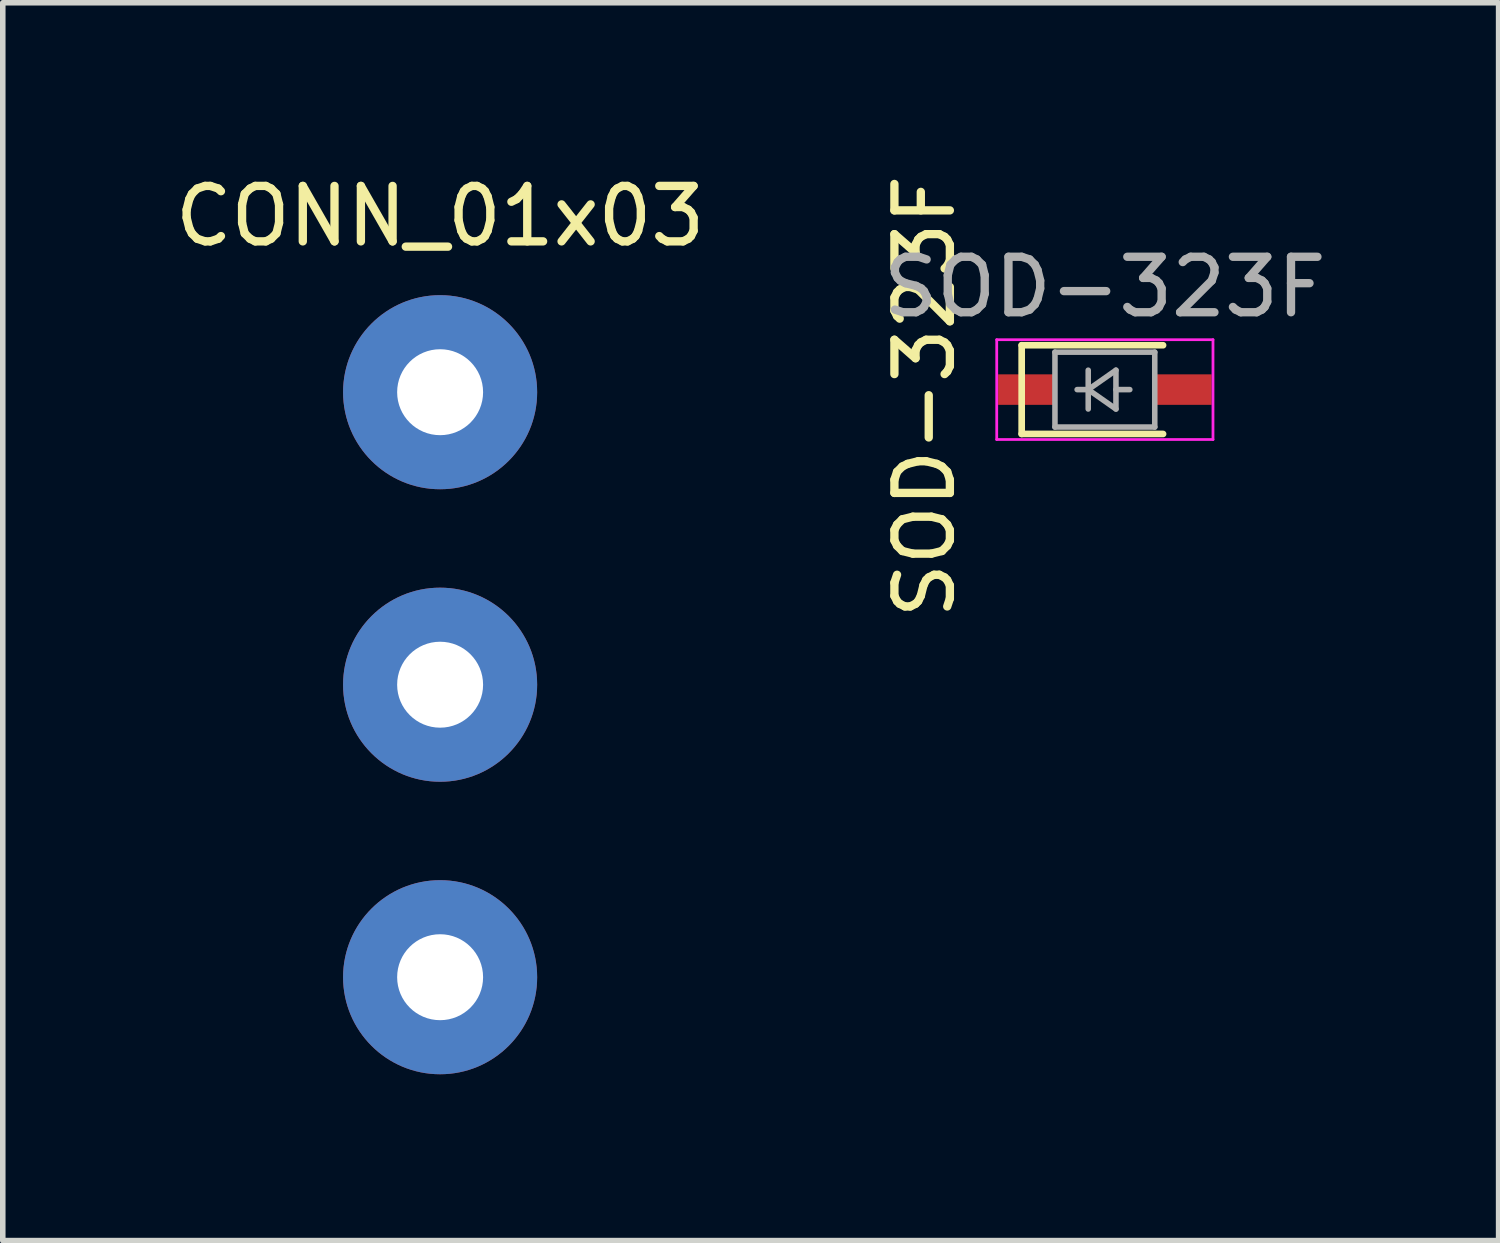
<source format=kicad_pcb>
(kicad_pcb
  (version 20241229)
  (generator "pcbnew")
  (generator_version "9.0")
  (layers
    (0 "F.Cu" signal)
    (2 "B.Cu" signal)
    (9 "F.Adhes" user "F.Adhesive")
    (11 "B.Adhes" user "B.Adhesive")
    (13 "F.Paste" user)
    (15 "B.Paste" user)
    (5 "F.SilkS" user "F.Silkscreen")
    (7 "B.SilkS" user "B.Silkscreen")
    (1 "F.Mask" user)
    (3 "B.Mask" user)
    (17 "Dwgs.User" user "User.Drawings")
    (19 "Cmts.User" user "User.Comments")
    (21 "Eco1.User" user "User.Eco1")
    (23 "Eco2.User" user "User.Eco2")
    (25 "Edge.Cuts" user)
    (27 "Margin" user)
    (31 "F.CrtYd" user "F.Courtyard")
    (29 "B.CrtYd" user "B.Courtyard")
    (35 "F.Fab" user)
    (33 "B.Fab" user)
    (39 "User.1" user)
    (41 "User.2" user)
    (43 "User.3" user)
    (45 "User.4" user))
  (footprint "SOD-323F"
    (layer "F.Cu")
    (at 16.875 3.976)
    (property "Reference" "SOD-323F" (at -3.25 0.125 270) (layer "F.SilkS") (effects (font (size 1 1) (thickness 0.15))))
    (attr smd)
    (fp_line (start -1.5 -0.8) (end -1.5 0.8) (stroke (width 0.12) (type solid)) (layer "F.SilkS"))
    (fp_line (start -1.5 -0.8) (end 1.05 -0.8) (stroke (width 0.12) (type solid)) (layer "F.SilkS"))
    (fp_line (start -1.5 0.8) (end 1.05 0.8) (stroke (width 0.12) (type solid)) (layer "F.SilkS"))
    (fp_line (start -1.95 -0.9) (end -1.95 0.9) (stroke (width 0.05) (type solid)) (layer "F.CrtYd"))
    (fp_line (start -1.95 -0.9) (end 1.95 -0.9) (stroke (width 0.05) (type solid)) (layer "F.CrtYd"))
    (fp_line (start -1.95 0.9) (end 1.95 0.9) (stroke (width 0.05) (type solid)) (layer "F.CrtYd"))
    (fp_line (start 1.95 -0.9) (end 1.95 0.9) (stroke (width 0.05) (type solid)) (layer "F.CrtYd"))
    (fp_line (start -0.9 -0.675) (end 0.9 -0.675) (stroke (width 0.1) (type solid)) (layer "F.Fab"))
    (fp_line (start -0.9 0.675) (end -0.9 -0.675) (stroke (width 0.1) (type solid)) (layer "F.Fab"))
    (fp_line (start -0.3 -0.35) (end -0.3 0.35) (stroke (width 0.1) (type solid)) (layer "F.Fab"))
    (fp_line (start -0.3 0) (end -0.5 0) (stroke (width 0.1) (type solid)) (layer "F.Fab"))
    (fp_line (start -0.3 0) (end 0.2 -0.35) (stroke (width 0.1) (type solid)) (layer "F.Fab"))
    (fp_line (start 0.2 -0.35) (end 0.2 0.35) (stroke (width 0.1) (type solid)) (layer "F.Fab"))
    (fp_line (start 0.2 0) (end 0.45 0) (stroke (width 0.1) (type solid)) (layer "F.Fab"))
    (fp_line (start 0.2 0.35) (end -0.3 0) (stroke (width 0.1) (type solid)) (layer "F.Fab"))
    (fp_line (start 0.9 -0.675) (end 0.9 0.675) (stroke (width 0.1) (type solid)) (layer "F.Fab"))
    (fp_line (start 0.9 0.675) (end -0.9 0.675) (stroke (width 0.1) (type solid)) (layer "F.Fab"))
    (fp_text user "${REFERENCE}" (at 0 -1.85 0) (layer "F.Fab") (effects (font (size 1 1) (thickness 0.15))))
    (pad "1" smd rect (at -1.4 0) (size 1.05 0.55) (layers "F.Cu" "F.Mask" "F.Paste"))
    (pad "2" smd rect (at 1.4 0) (size 1.05 0.55) (layers "F.Cu" "F.Mask" "F.Paste")))
  (footprint "CONN_01x03"
    (layer "F.Cu")
    (at 4.887 4.023)
    (property "Reference" "CONN_01x03" (at 0 -3.175 0) (layer "F.SilkS") (effects (font (size 1 1) (thickness 0.15))))
    (attr through_hole)
    (pad "1" thru_hole circle (at 0 0) (size 3.5 3.5) (drill 1.55) (layers "*.Cu" "*.Mask"))
    (pad "2" thru_hole circle (at 0 5.275) (size 3.5 3.5) (drill 1.55) (layers "*.Cu" "*.Mask"))
    (pad "3" thru_hole circle (at 0 10.55) (size 3.5 3.5) (drill 1.55) (layers "*.Cu" "*.Mask")))
  (gr_rect
    (start -3 -3)
    (end 23.976 19.323)
    (stroke (width 0.1) (type default))
    (fill no)
    (layer "Edge.Cuts")))
</source>
